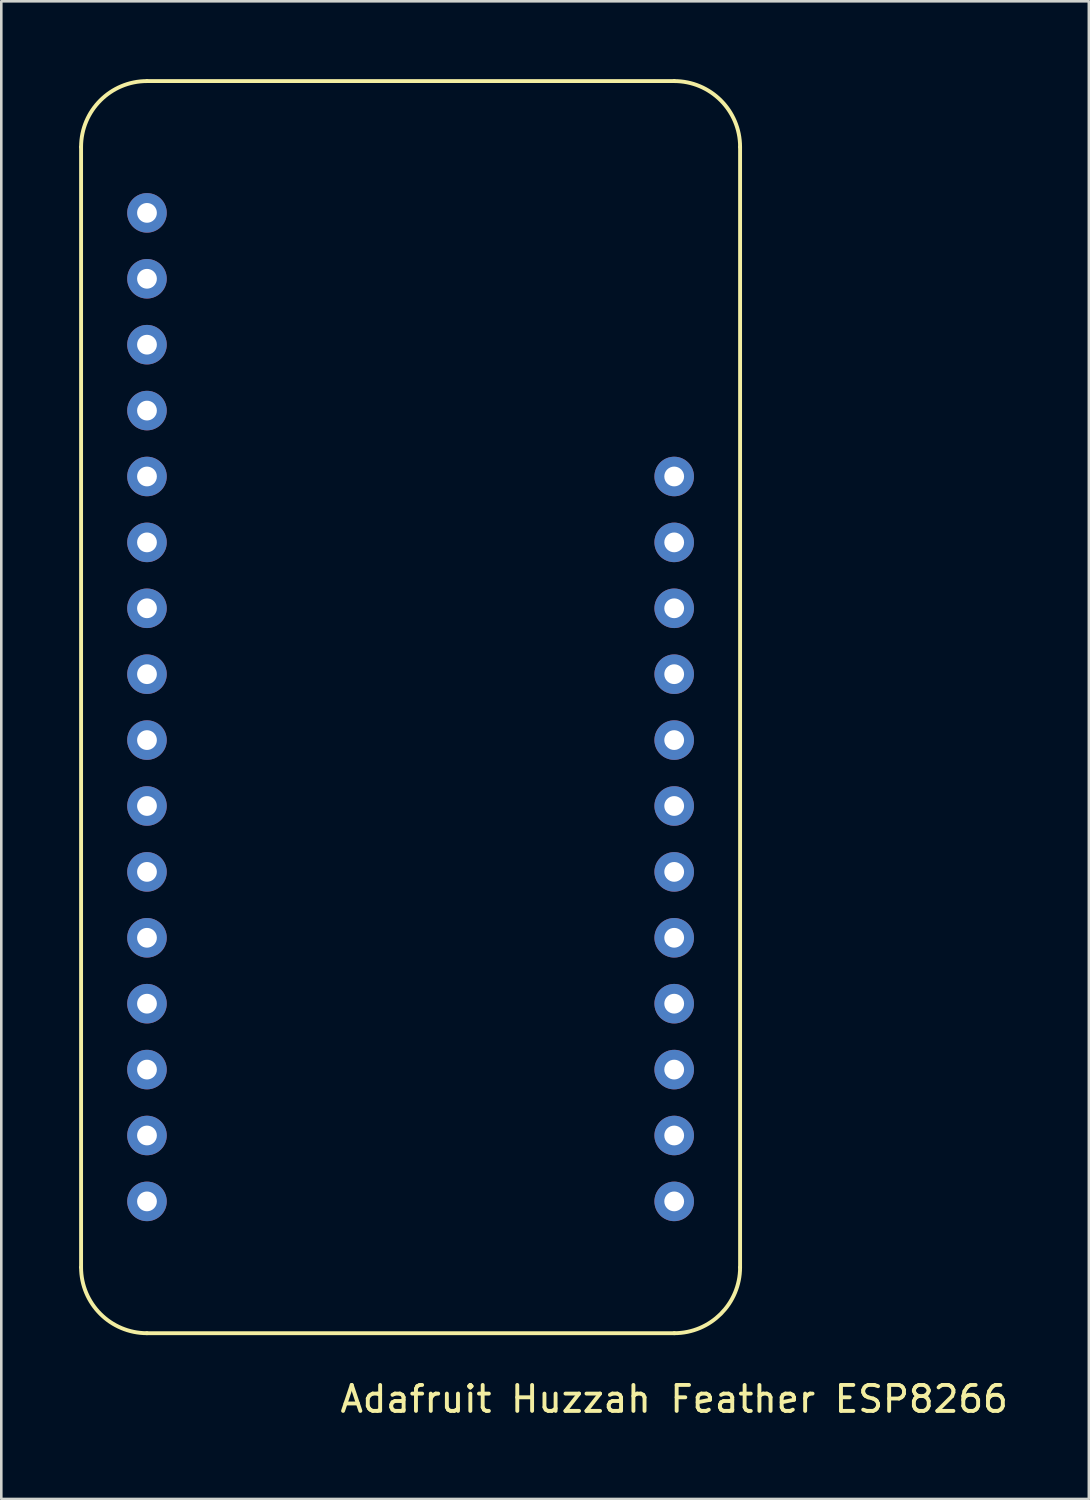
<source format=kicad_pcb>
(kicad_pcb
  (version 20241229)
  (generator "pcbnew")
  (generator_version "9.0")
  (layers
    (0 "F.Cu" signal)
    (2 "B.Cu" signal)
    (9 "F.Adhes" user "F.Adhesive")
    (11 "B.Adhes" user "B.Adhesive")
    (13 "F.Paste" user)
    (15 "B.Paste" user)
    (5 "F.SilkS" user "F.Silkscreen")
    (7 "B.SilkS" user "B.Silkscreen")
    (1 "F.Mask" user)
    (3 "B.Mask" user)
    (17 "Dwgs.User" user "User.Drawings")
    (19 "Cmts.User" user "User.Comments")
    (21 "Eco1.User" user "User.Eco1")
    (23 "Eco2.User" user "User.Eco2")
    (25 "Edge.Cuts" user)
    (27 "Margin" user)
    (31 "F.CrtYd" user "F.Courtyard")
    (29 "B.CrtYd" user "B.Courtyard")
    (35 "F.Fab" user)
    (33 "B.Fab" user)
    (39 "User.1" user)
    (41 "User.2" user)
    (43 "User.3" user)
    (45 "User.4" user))
  (footprint "Adafruit Huzzah Feather ESP8266"
    (layer "F.Cu")
    (at 15.315 2.615)
    (property "Reference" "Adafruit Huzzah Feather ESP8266" (at 7.62 48.26 0) (layer "F.SilkS") (effects (font (size 1 1) (thickness 0.15))))
    (attr through_hole)
    (fp_line (start -15.24 43.18) (end -15.24 0) (stroke (width 0.15) (type solid)) (layer "F.SilkS"))
    (fp_line (start -12.7 -2.54) (end 7.62 -2.54) (stroke (width 0.15) (type solid)) (layer "F.SilkS"))
    (fp_line (start 7.62 45.72) (end -12.7 45.72) (stroke (width 0.15) (type solid)) (layer "F.SilkS"))
    (fp_line (start 10.16 0) (end 10.16 43.18) (stroke (width 0.15) (type solid)) (layer "F.SilkS"))
    (fp_arc (start -15.24 0) (mid -14.496051 -1.796051) (end -12.7 -2.54) (stroke (width 0.15) (type solid)) (layer "F.SilkS"))
    (fp_arc (start -12.7 45.72) (mid -14.496051 44.976051) (end -15.24 43.18) (stroke (width 0.15) (type solid)) (layer "F.SilkS"))
    (fp_arc (start 7.62 -2.54) (mid 9.416051 -1.796051) (end 10.16 0) (stroke (width 0.15) (type solid)) (layer "F.SilkS"))
    (fp_arc (start 10.16 43.18) (mid 9.416051 44.976051) (end 7.62 45.72) (stroke (width 0.15) (type solid)) (layer "F.SilkS"))
    (pad "1" thru_hole circle (at -12.7 2.54) (size 1.524 1.524) (drill 0.762) (layers "*.Cu" "*.Mask"))
    (pad "2" thru_hole circle (at -12.7 5.08) (size 1.524 1.524) (drill 0.762) (layers "*.Cu" "*.Mask"))
    (pad "3" thru_hole circle (at -12.7 7.62) (size 1.524 1.524) (drill 0.762) (layers "*.Cu" "*.Mask"))
    (pad "4" thru_hole circle (at -12.7 10.16) (size 1.524 1.524) (drill 0.762) (layers "*.Cu" "*.Mask"))
    (pad "5" thru_hole circle (at -12.7 12.7) (size 1.524 1.524) (drill 0.762) (layers "*.Cu" "*.Mask"))
    (pad "6" thru_hole circle (at -12.7 15.24) (size 1.524 1.524) (drill 0.762) (layers "*.Cu" "*.Mask"))
    (pad "7" thru_hole circle (at -12.7 17.78) (size 1.524 1.524) (drill 0.762) (layers "*.Cu" "*.Mask"))
    (pad "8" thru_hole circle (at -12.7 20.32) (size 1.524 1.524) (drill 0.762) (layers "*.Cu" "*.Mask"))
    (pad "9" thru_hole circle (at -12.7 22.86) (size 1.524 1.524) (drill 0.762) (layers "*.Cu" "*.Mask"))
    (pad "10" thru_hole circle (at -12.7 25.4) (size 1.524 1.524) (drill 0.762) (layers "*.Cu" "*.Mask"))
    (pad "11" thru_hole circle (at -12.7 27.94) (size 1.524 1.524) (drill 0.762) (layers "*.Cu" "*.Mask"))
    (pad "12" thru_hole circle (at -12.7 30.48) (size 1.524 1.524) (drill 0.762) (layers "*.Cu" "*.Mask"))
    (pad "13" thru_hole circle (at -12.7 33.02) (size 1.524 1.524) (drill 0.762) (layers "*.Cu" "*.Mask"))
    (pad "14" thru_hole circle (at -12.7 35.56) (size 1.524 1.524) (drill 0.762) (layers "*.Cu" "*.Mask"))
    (pad "15" thru_hole circle (at -12.7 38.1) (size 1.524 1.524) (drill 0.762) (layers "*.Cu" "*.Mask"))
    (pad "16" thru_hole circle (at -12.7 40.64) (size 1.524 1.524) (drill 0.762) (layers "*.Cu" "*.Mask"))
    (pad "17" thru_hole circle (at 7.62 12.7) (size 1.524 1.524) (drill 0.762) (layers "*.Cu" "*.Mask"))
    (pad "18" thru_hole circle (at 7.62 15.24) (size 1.524 1.524) (drill 0.762) (layers "*.Cu" "*.Mask"))
    (pad "19" thru_hole circle (at 7.62 17.78) (size 1.524 1.524) (drill 0.762) (layers "*.Cu" "*.Mask"))
    (pad "20" thru_hole circle (at 7.62 20.32) (size 1.524 1.524) (drill 0.762) (layers "*.Cu" "*.Mask"))
    (pad "21" thru_hole circle (at 7.62 22.86) (size 1.524 1.524) (drill 0.762) (layers "*.Cu" "*.Mask"))
    (pad "22" thru_hole circle (at 7.62 25.4) (size 1.524 1.524) (drill 0.762) (layers "*.Cu" "*.Mask"))
    (pad "23" thru_hole circle (at 7.62 27.94) (size 1.524 1.524) (drill 0.762) (layers "*.Cu" "*.Mask"))
    (pad "24" thru_hole circle (at 7.62 30.48) (size 1.524 1.524) (drill 0.762) (layers "*.Cu" "*.Mask"))
    (pad "25" thru_hole circle (at 7.62 33.02) (size 1.524 1.524) (drill 0.762) (layers "*.Cu" "*.Mask"))
    (pad "26" thru_hole circle (at 7.62 35.56) (size 1.524 1.524) (drill 0.762) (layers "*.Cu" "*.Mask"))
    (pad "27" thru_hole circle (at 7.62 38.1) (size 1.524 1.524) (drill 0.762) (layers "*.Cu" "*.Mask"))
    (pad "28" thru_hole circle (at 7.62 40.64) (size 1.524 1.524) (drill 0.762) (layers "*.Cu" "*.Mask")))
  (gr_rect
    (start -3 -3)
    (end 38.917 54.723)
    (stroke (width 0.1) (type default))
    (fill no)
    (layer "Edge.Cuts")))
</source>
